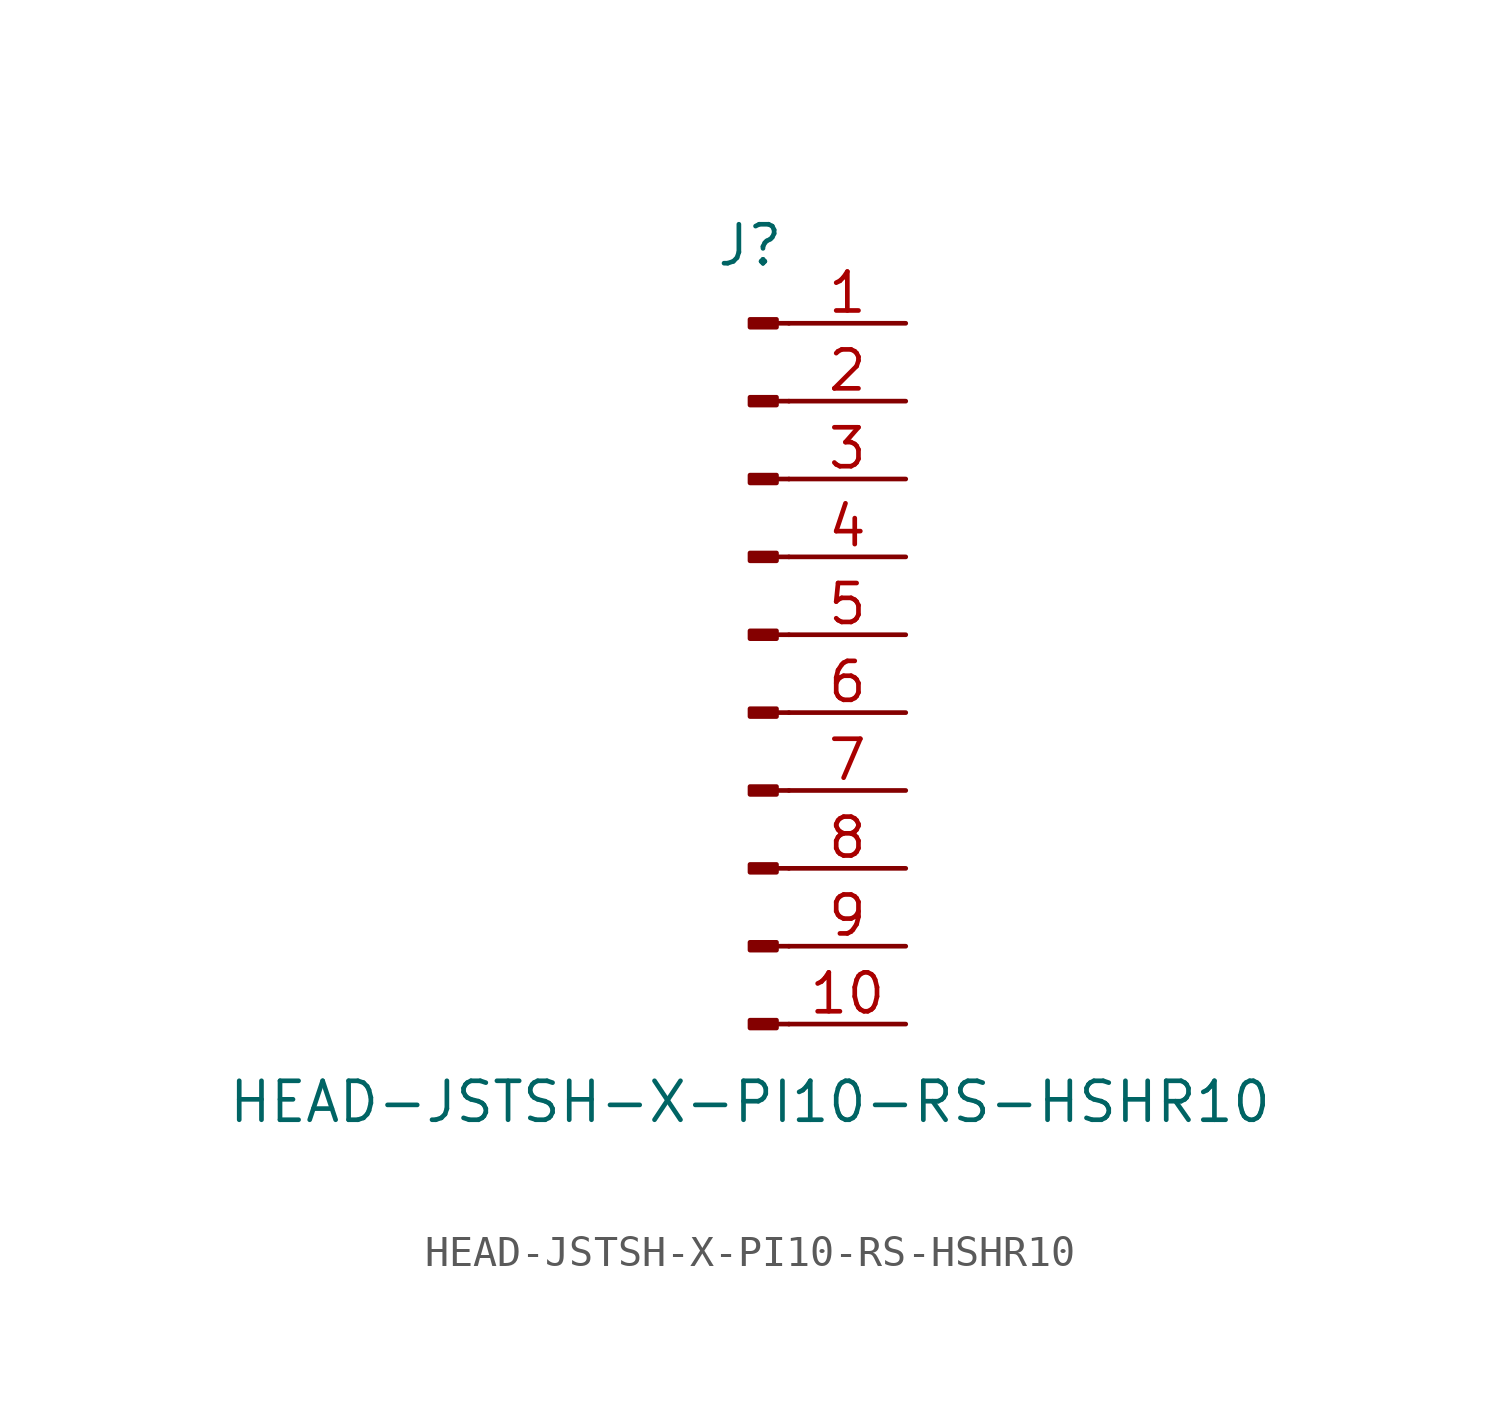
<source format=kicad_sym>
(kicad_symbol_lib
  (version 20211014)
  (generator kicad_symbol_editor)
  (symbol "HEAD-JSTSH-X-PI10-RS-HSHR10"
    (pin_names
      (offset 1.016) hide)
    (property "Reference" "J"
      (at 0 12.7 0)
      (effects (font (size 1.27 1.27))))
    (property "Value" "HEAD-JSTSH-X-PI10-RS-HSHR10"
      (at 0 -15.24 0)
      (effects (font (size 1.27 1.27))))
    (symbol "HEAD-JSTSH-X-PI10-RS-HSHR10_1_1"
      (polyline (pts (xy 1.27 -12.7) (xy 0.864 -12.7)) (stroke (width 0.152) (type default) (color 0 0 0 0)) (fill (type none)))
      (polyline (pts (xy 1.27 -10.16) (xy 0.864 -10.16)) (stroke (width 0.152) (type default) (color 0 0 0 0)) (fill (type none)))
      (polyline (pts (xy 1.27 -7.62) (xy 0.864 -7.62)) (stroke (width 0.152) (type default) (color 0 0 0 0)) (fill (type none)))
      (polyline (pts (xy 1.27 -5.08) (xy 0.864 -5.08)) (stroke (width 0.152) (type default) (color 0 0 0 0)) (fill (type none)))
      (polyline (pts (xy 1.27 -2.54) (xy 0.864 -2.54)) (stroke (width 0.152) (type default) (color 0 0 0 0)) (fill (type none)))
      (polyline (pts (xy 1.27 0) (xy 0.864 0)) (stroke (width 0.152) (type default) (color 0 0 0 0)) (fill (type none)))
      (polyline (pts (xy 1.27 2.54) (xy 0.864 2.54)) (stroke (width 0.152) (type default) (color 0 0 0 0)) (fill (type none)))
      (polyline (pts (xy 1.27 5.08) (xy 0.864 5.08)) (stroke (width 0.152) (type default) (color 0 0 0 0)) (fill (type none)))
      (polyline (pts (xy 1.27 7.62) (xy 0.864 7.62)) (stroke (width 0.152) (type default) (color 0 0 0 0)) (fill (type none)))
      (polyline (pts (xy 1.27 10.16) (xy 0.864 10.16)) (stroke (width 0.152) (type default) (color 0 0 0 0)) (fill (type none)))
      (rectangle (start 0.864 -12.573) (end 0 -12.827) (stroke (width 0.152) (type default) (color 0 0 0 0)) (fill (type outline)))
      (rectangle (start 0.864 -10.033) (end 0 -10.287) (stroke (width 0.152) (type default) (color 0 0 0 0)) (fill (type outline)))
      (rectangle (start 0.864 -7.493) (end 0 -7.747) (stroke (width 0.152) (type default) (color 0 0 0 0)) (fill (type outline)))
      (rectangle (start 0.864 -4.953) (end 0 -5.207) (stroke (width 0.152) (type default) (color 0 0 0 0)) (fill (type outline)))
      (rectangle (start 0.864 -2.413) (end 0 -2.667) (stroke (width 0.152) (type default) (color 0 0 0 0)) (fill (type outline)))
      (rectangle (start 0.864 0.127) (end 0 -0.127) (stroke (width 0.152) (type default) (color 0 0 0 0)) (fill (type outline)))
      (rectangle (start 0.864 2.667) (end 0 2.413) (stroke (width 0.152) (type default) (color 0 0 0 0)) (fill (type outline)))
      (rectangle (start 0.864 5.207) (end 0 4.953) (stroke (width 0.152) (type default) (color 0 0 0 0)) (fill (type outline)))
      (rectangle (start 0.864 7.747) (end 0 7.493) (stroke (width 0.152) (type default) (color 0 0 0 0)) (fill (type outline)))
      (rectangle (start 0.864 10.287) (end 0 10.033) (stroke (width 0.152) (type default) (color 0 0 0 0)) (fill (type outline)))
      (pin passive line (at 5.08 10.16 180) (length 3.81) (name "Pin_1" (effects (font (size 1.27 1.27)))) (number "1" (effects (font (size 1.27 1.27)))))
      (pin passive line (at 5.08 -12.7 180) (length 3.81) (name "Pin_10" (effects (font (size 1.27 1.27)))) (number "10" (effects (font (size 1.27 1.27)))))
      (pin passive line (at 5.08 7.62 180) (length 3.81) (name "Pin_2" (effects (font (size 1.27 1.27)))) (number "2" (effects (font (size 1.27 1.27)))))
      (pin passive line (at 5.08 5.08 180) (length 3.81) (name "Pin_3" (effects (font (size 1.27 1.27)))) (number "3" (effects (font (size 1.27 1.27)))))
      (pin passive line (at 5.08 2.54 180) (length 3.81) (name "Pin_4" (effects (font (size 1.27 1.27)))) (number "4" (effects (font (size 1.27 1.27)))))
      (pin passive line (at 5.08 0 180) (length 3.81) (name "Pin_5" (effects (font (size 1.27 1.27)))) (number "5" (effects (font (size 1.27 1.27)))))
      (pin passive line (at 5.08 -2.54 180) (length 3.81) (name "Pin_6" (effects (font (size 1.27 1.27)))) (number "6" (effects (font (size 1.27 1.27)))))
      (pin passive line (at 5.08 -5.08 180) (length 3.81) (name "Pin_7" (effects (font (size 1.27 1.27)))) (number "7" (effects (font (size 1.27 1.27)))))
      (pin passive line (at 5.08 -7.62 180) (length 3.81) (name "Pin_8" (effects (font (size 1.27 1.27)))) (number "8" (effects (font (size 1.27 1.27)))))
      (pin passive line (at 5.08 -10.16 180) (length 3.81) (name "Pin_9" (effects (font (size 1.27 1.27)))) (number "9" (effects (font (size 1.27 1.27))))))))
</source>
